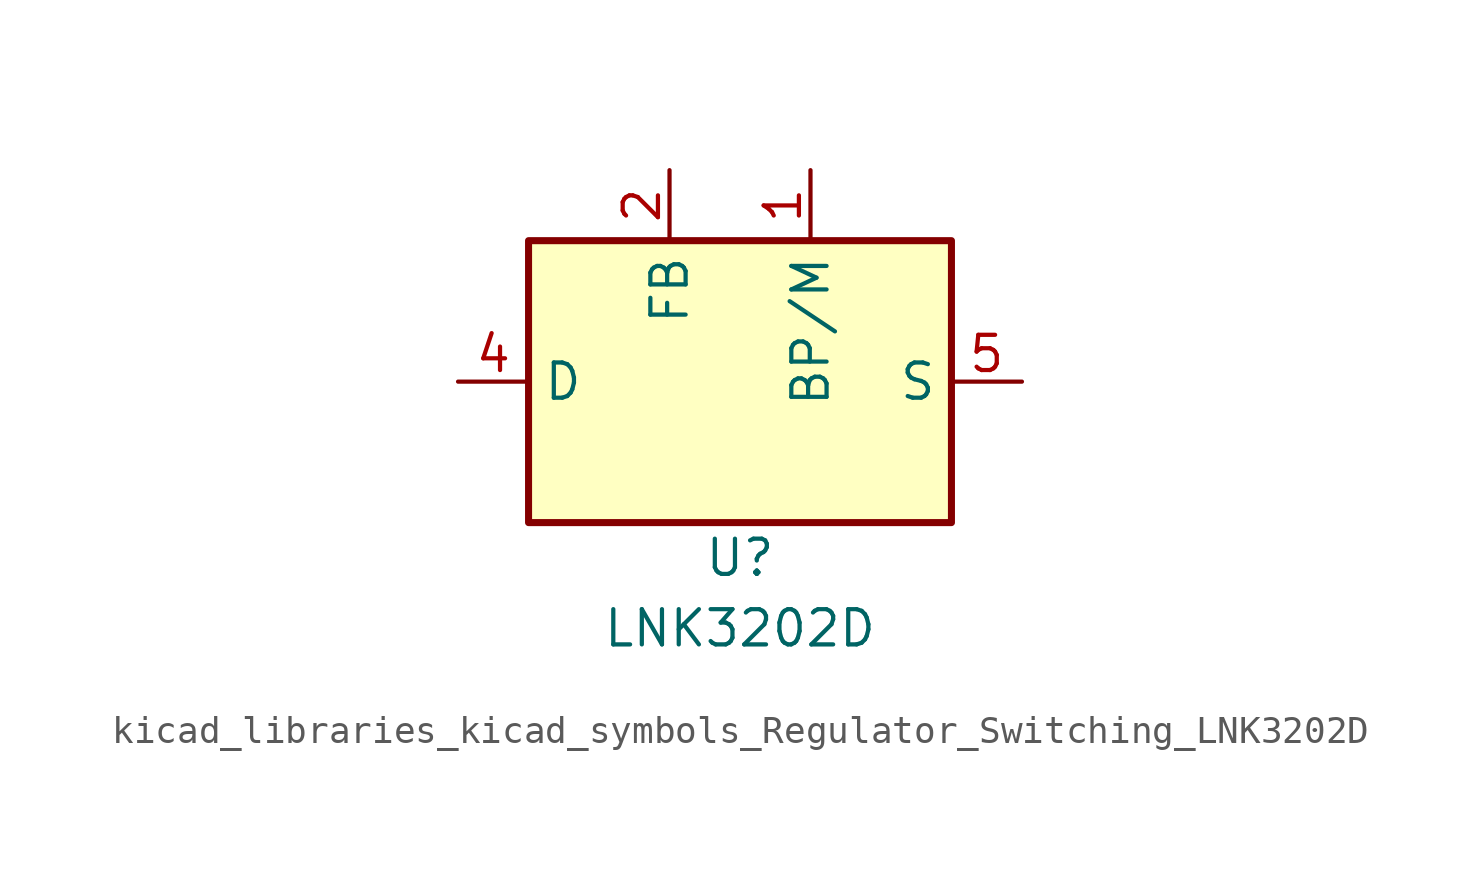
<source format=kicad_sym>
(kicad_symbol_lib
  (version 20220914)
  (generator kicad_symbol_editor)
  (symbol "kicad_libraries_kicad_symbols_Regulator_Switching_LNK3202D"
    (property "Reference" "U"
      (at 0 -6.35 0)
      (effects (font (size 1.27 1.27))))
    (property "Value" "LNK3202D"
      (at 0 -8.89 0)
      (effects (font (size 1.27 1.27))))
    (symbol "kicad_libraries_kicad_symbols_Regulator_Switching_LNK3202D_0_1"
      (rectangle (start -7.62 5.08) (end 7.62 -5.08) (stroke (width 0.254) (type default)) (fill (type background))))
    (symbol "kicad_libraries_kicad_symbols_Regulator_Switching_LNK3202D_1_1"
      (pin input line (at 2.54 7.62 270) (length 2.54) (name "BP/M" (effects (font (size 1.27 1.27)))) (number "1" (effects (font (size 1.27 1.27)))))
      (pin input line (at -2.54 7.62 270) (length 2.54) (name "FB" (effects (font (size 1.27 1.27)))) (number "2" (effects (font (size 1.27 1.27)))))
      (pin open_collector line (at -10.16 0 0) (length 2.54) (name "D" (effects (font (size 1.27 1.27)))) (number "4" (effects (font (size 1.27 1.27)))))
      (pin power_in line (at 10.16 0 180) (length 2.54) (name "S" (effects (font (size 1.27 1.27)))) (number "5" (effects (font (size 1.27 1.27)))))
      (pin passive line (at 10.16 0 180) (length 2.54) hide (name "S" (effects (font (size 1.27 1.27)))) (number "6" (effects (font (size 1.27 1.27)))))
      (pin passive line (at 10.16 0 180) (length 2.54) hide (name "S" (effects (font (size 1.27 1.27)))) (number "7" (effects (font (size 1.27 1.27)))))
      (pin passive line (at 10.16 0 180) (length 2.54) hide (name "S" (effects (font (size 1.27 1.27)))) (number "8" (effects (font (size 1.27 1.27))))))))
</source>
